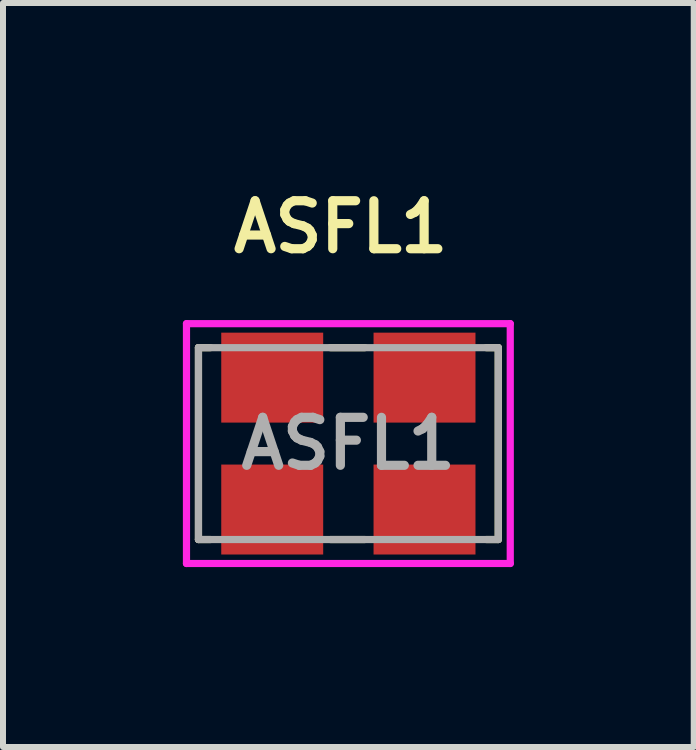
<source format=kicad_pcb>
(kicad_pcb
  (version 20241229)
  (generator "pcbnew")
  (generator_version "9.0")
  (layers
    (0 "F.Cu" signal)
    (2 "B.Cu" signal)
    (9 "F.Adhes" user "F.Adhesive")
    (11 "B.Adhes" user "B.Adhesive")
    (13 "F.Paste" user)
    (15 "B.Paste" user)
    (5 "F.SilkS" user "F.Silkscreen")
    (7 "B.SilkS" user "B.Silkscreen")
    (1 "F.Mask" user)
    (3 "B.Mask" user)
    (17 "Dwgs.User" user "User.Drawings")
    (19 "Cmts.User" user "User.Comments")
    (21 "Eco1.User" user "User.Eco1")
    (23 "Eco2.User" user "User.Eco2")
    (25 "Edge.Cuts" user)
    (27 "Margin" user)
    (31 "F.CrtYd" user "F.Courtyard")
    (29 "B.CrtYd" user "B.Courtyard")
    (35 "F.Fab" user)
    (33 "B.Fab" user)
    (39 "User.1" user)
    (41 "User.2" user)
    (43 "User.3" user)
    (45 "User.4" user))
  (footprint "ASFL1"
    (layer "F.Cu")
    (at 2.76 4.348)
    (property "Reference" "ASFL1" (at -0.127 -3.612 0) (layer "F.SilkS") (effects (font (size 0.8 0.8) (thickness 0.153))))
    (attr through_hole)
    (fp_line (start -2.5 -1.6) (end -2.5 1.6) (stroke (width 0.12) (type solid)) (layer "F.SilkS"))
    (fp_line (start -2.5 -1.6) (end -2.3 -1.6) (stroke (width 0.12) (type solid)) (layer "F.SilkS"))
    (fp_line (start -2.5 1.6) (end -2.3 1.6) (stroke (width 0.12) (type solid)) (layer "F.SilkS"))
    (fp_line (start -0.3 -1.6) (end 0.275 -1.6) (stroke (width 0.12) (type solid)) (layer "F.SilkS"))
    (fp_line (start -0.3 1.6) (end 0.275 1.6) (stroke (width 0.12) (type solid)) (layer "F.SilkS"))
    (fp_line (start 2.5 -1.6) (end 2.3 -1.6) (stroke (width 0.12) (type solid)) (layer "F.SilkS"))
    (fp_line (start 2.5 1.6) (end 2.3 1.6) (stroke (width 0.12) (type solid)) (layer "F.SilkS"))
    (fp_line (start 2.5 1.6) (end 2.5 -1.6) (stroke (width 0.12) (type solid)) (layer "F.SilkS"))
    (fp_line (start -2.7 -2) (end -2.7 2) (stroke (width 0.12) (type solid)) (layer "F.CrtYd"))
    (fp_line (start -2.7 -2) (end 2.7 -2) (stroke (width 0.12) (type solid)) (layer "F.CrtYd"))
    (fp_line (start -2.7 2) (end 2.7 2) (stroke (width 0.12) (type solid)) (layer "F.CrtYd"))
    (fp_line (start 2.7 -2) (end 2.7 2) (stroke (width 0.12) (type solid)) (layer "F.CrtYd"))
    (fp_line (start -2.5 -1.6) (end -2.5 1.6) (stroke (width 0.12) (type solid)) (layer "F.Fab"))
    (fp_line (start -2.5 -1.6) (end 2.5 -1.6) (stroke (width 0.12) (type solid)) (layer "F.Fab"))
    (fp_line (start -2.5 1.6) (end 2.5 1.6) (stroke (width 0.12) (type solid)) (layer "F.Fab"))
    (fp_line (start 2.5 -1.6) (end 2.5 1.6) (stroke (width 0.12) (type solid)) (layer "F.Fab"))
    (fp_text user "${REFERENCE}" (at 0 0 0) (layer "F.Fab") (effects (font (size 0.8 0.8) (thickness 0.153))))
    (pad "1" smd rect (at -1.27 1.1) (size 1.7 1.5) (layers "F.Cu" "F.Mask" "F.Paste"))
    (pad "2" smd rect (at 1.27 1.1) (size 1.7 1.5) (layers "F.Cu" "F.Mask" "F.Paste"))
    (pad "3" smd rect (at 1.27 -1.1) (size 1.7 1.5) (layers "F.Cu" "F.Mask" "F.Paste"))
    (pad "4" smd rect (at -1.27 -1.1) (size 1.7 1.5) (layers "F.Cu" "F.Mask" "F.Paste")))
  (gr_rect
    (start -3 -3)
    (end 8.52 9.408)
    (stroke (width 0.1) (type default))
    (fill no)
    (layer "Edge.Cuts")))
</source>
